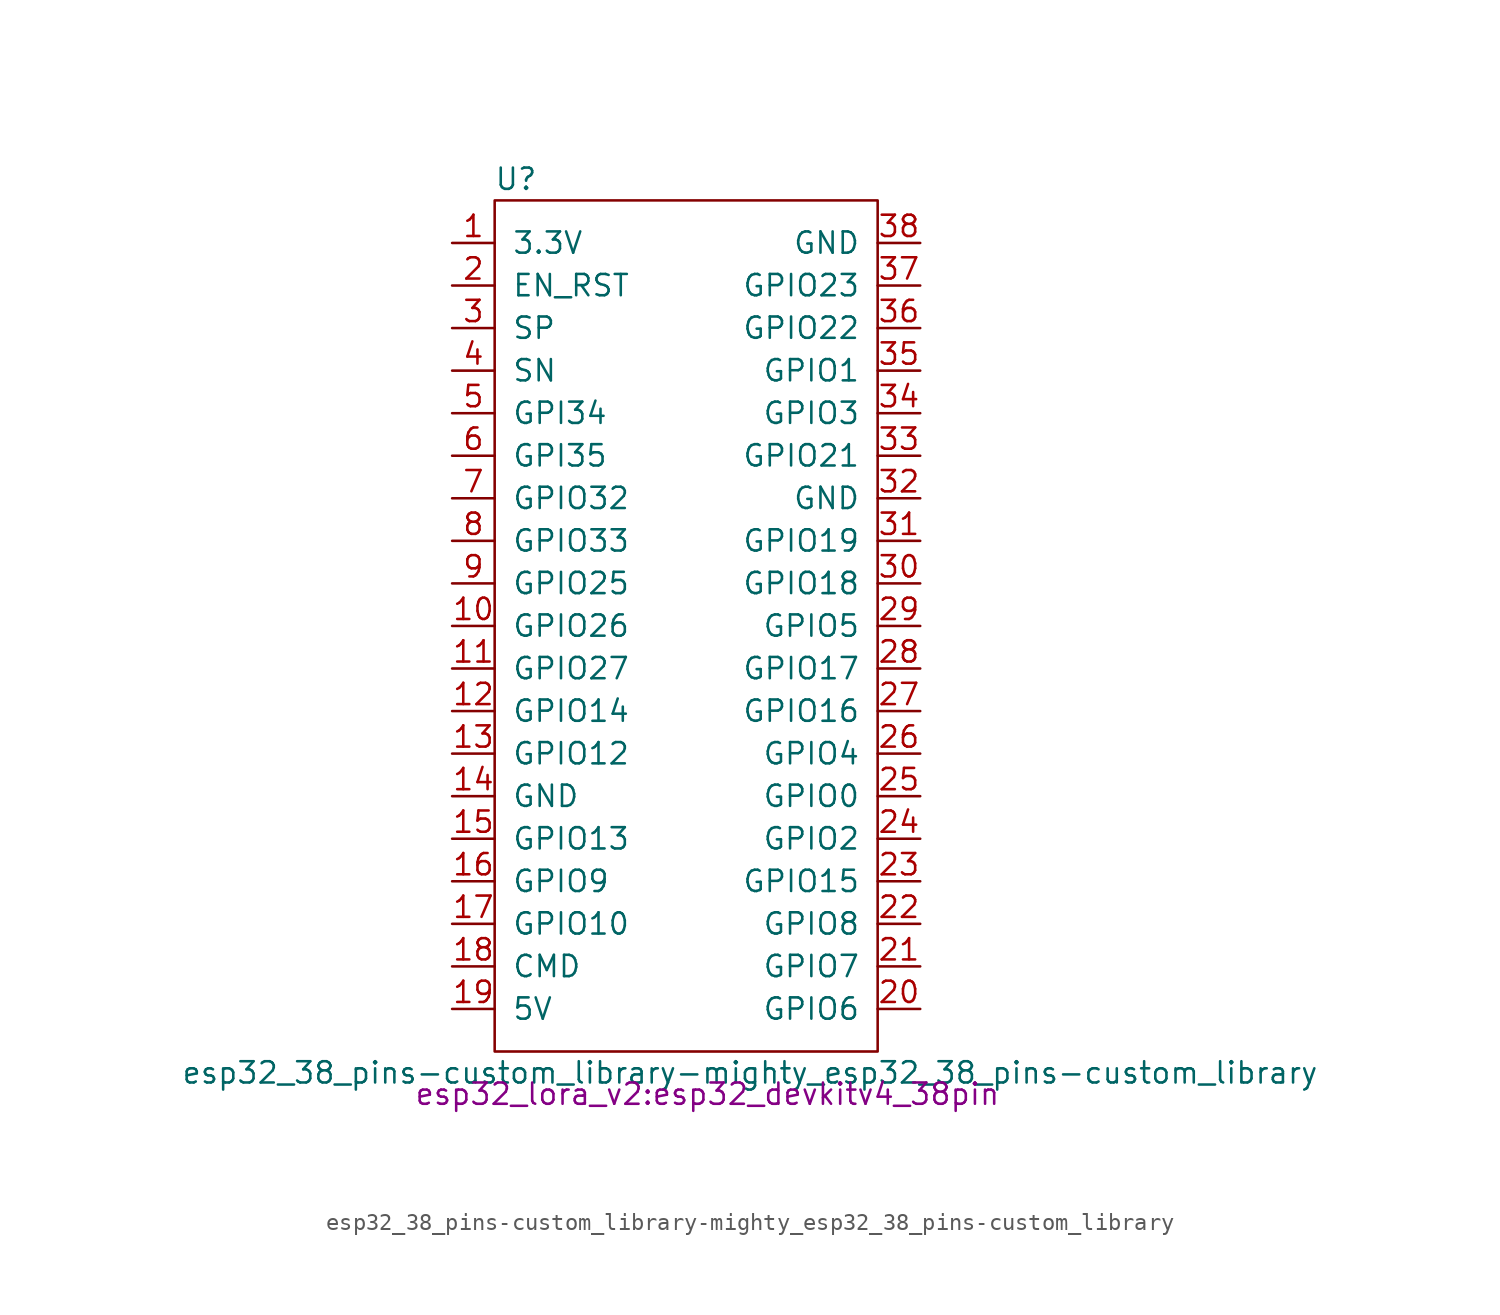
<source format=kicad_sym>
(kicad_symbol_lib
  (version 20211014)
  (generator kicad_symbol_editor)
  (symbol "esp32_38_pins-custom_library-mighty_esp32_38_pins-custom_library"
    (pin_names
      (offset 1.016))
    (property "Reference" "U"
      (at -1.27 8.89 0)
      (effects (font (size 1.27 1.27))))
    (property "Value" "esp32_38_pins-custom_library-mighty_esp32_38_pins-custom_library"
      (at 12.7 -44.45 0)
      (effects (font (size 1.27 1.27))))
    (property "Footprint" "esp32_lora_v2:esp32_devkitv4_38pin"
      (at 10.16 -45.72 0)
      (effects (font (size 1.27 1.27))))
    (property "Datasheet" ""
      (at 0 0 0)
      (effects (font (size 1.27 1.27))))
    (symbol "esp32_38_pins-custom_library-mighty_esp32_38_pins-custom_library_0_1"
      (rectangle (start -2.54 7.62) (end 20.32 -43.18) (stroke (width 0) (type default) (color 0 0 0 0)) (fill (type none))))
    (symbol "esp32_38_pins-custom_library-mighty_esp32_38_pins-custom_library_1_1"
      (pin power_out line (at -5.08 5.08 0) (length 2.54) (name "3.3V" (effects (font (size 1.27 1.27)))) (number "1" (effects (font (size 1.27 1.27)))))
      (pin bidirectional line (at -5.08 -17.78 0) (length 2.54) (name "GPIO26" (effects (font (size 1.27 1.27)))) (number "10" (effects (font (size 1.27 1.27)))))
      (pin bidirectional line (at -5.08 -20.32 0) (length 2.54) (name "GPIO27" (effects (font (size 1.27 1.27)))) (number "11" (effects (font (size 1.27 1.27)))))
      (pin bidirectional line (at -5.08 -22.86 0) (length 2.54) (name "GPIO14" (effects (font (size 1.27 1.27)))) (number "12" (effects (font (size 1.27 1.27)))))
      (pin bidirectional line (at -5.08 -25.4 0) (length 2.54) (name "GPIO12" (effects (font (size 1.27 1.27)))) (number "13" (effects (font (size 1.27 1.27)))))
      (pin power_in line (at -5.08 -27.94 0) (length 2.54) (name "GND" (effects (font (size 1.27 1.27)))) (number "14" (effects (font (size 1.27 1.27)))))
      (pin bidirectional line (at -5.08 -30.48 0) (length 2.54) (name "GPIO13" (effects (font (size 1.27 1.27)))) (number "15" (effects (font (size 1.27 1.27)))))
      (pin bidirectional line (at -5.08 -33.02 0) (length 2.54) (name "GPIO9" (effects (font (size 1.27 1.27)))) (number "16" (effects (font (size 1.27 1.27)))))
      (pin bidirectional line (at -5.08 -35.56 0) (length 2.54) (name "GPIO10" (effects (font (size 1.27 1.27)))) (number "17" (effects (font (size 1.27 1.27)))))
      (pin input line (at -5.08 -38.1 0) (length 2.54) (name "CMD" (effects (font (size 1.27 1.27)))) (number "18" (effects (font (size 1.27 1.27)))))
      (pin power_in line (at -5.08 -40.64 0) (length 2.54) (name "5V" (effects (font (size 1.27 1.27)))) (number "19" (effects (font (size 1.27 1.27)))))
      (pin input line (at -5.08 2.54 0) (length 2.54) (name "EN_RST" (effects (font (size 1.27 1.27)))) (number "2" (effects (font (size 1.27 1.27)))))
      (pin bidirectional line (at 22.86 -40.64 180) (length 2.54) (name "GPIO6" (effects (font (size 1.27 1.27)))) (number "20" (effects (font (size 1.27 1.27)))))
      (pin bidirectional line (at 22.86 -38.1 180) (length 2.54) (name "GPIO7" (effects (font (size 1.27 1.27)))) (number "21" (effects (font (size 1.27 1.27)))))
      (pin bidirectional line (at 22.86 -35.56 180) (length 2.54) (name "GPIO8" (effects (font (size 1.27 1.27)))) (number "22" (effects (font (size 1.27 1.27)))))
      (pin bidirectional line (at 22.86 -33.02 180) (length 2.54) (name "GPIO15" (effects (font (size 1.27 1.27)))) (number "23" (effects (font (size 1.27 1.27)))))
      (pin bidirectional line (at 22.86 -30.48 180) (length 2.54) (name "GPIO2" (effects (font (size 1.27 1.27)))) (number "24" (effects (font (size 1.27 1.27)))))
      (pin bidirectional line (at 22.86 -27.94 180) (length 2.54) (name "GPIO0" (effects (font (size 1.27 1.27)))) (number "25" (effects (font (size 1.27 1.27)))))
      (pin bidirectional line (at 22.86 -25.4 180) (length 2.54) (name "GPIO4" (effects (font (size 1.27 1.27)))) (number "26" (effects (font (size 1.27 1.27)))))
      (pin bidirectional line (at 22.86 -22.86 180) (length 2.54) (name "GPIO16" (effects (font (size 1.27 1.27)))) (number "27" (effects (font (size 1.27 1.27)))))
      (pin bidirectional line (at 22.86 -20.32 180) (length 2.54) (name "GPIO17" (effects (font (size 1.27 1.27)))) (number "28" (effects (font (size 1.27 1.27)))))
      (pin bidirectional line (at 22.86 -17.78 180) (length 2.54) (name "GPIO5" (effects (font (size 1.27 1.27)))) (number "29" (effects (font (size 1.27 1.27)))))
      (pin input line (at -5.08 0 0) (length 2.54) (name "SP" (effects (font (size 1.27 1.27)))) (number "3" (effects (font (size 1.27 1.27)))))
      (pin bidirectional line (at 22.86 -15.24 180) (length 2.54) (name "GPIO18" (effects (font (size 1.27 1.27)))) (number "30" (effects (font (size 1.27 1.27)))))
      (pin bidirectional line (at 22.86 -12.7 180) (length 2.54) (name "GPIO19" (effects (font (size 1.27 1.27)))) (number "31" (effects (font (size 1.27 1.27)))))
      (pin power_in line (at 22.86 -10.16 180) (length 2.54) (name "GND" (effects (font (size 1.27 1.27)))) (number "32" (effects (font (size 1.27 1.27)))))
      (pin bidirectional line (at 22.86 -7.62 180) (length 2.54) (name "GPIO21" (effects (font (size 1.27 1.27)))) (number "33" (effects (font (size 1.27 1.27)))))
      (pin bidirectional line (at 22.86 -5.08 180) (length 2.54) (name "GPIO3" (effects (font (size 1.27 1.27)))) (number "34" (effects (font (size 1.27 1.27)))))
      (pin bidirectional line (at 22.86 -2.54 180) (length 2.54) (name "GPIO1" (effects (font (size 1.27 1.27)))) (number "35" (effects (font (size 1.27 1.27)))))
      (pin bidirectional line (at 22.86 0 180) (length 2.54) (name "GPIO22" (effects (font (size 1.27 1.27)))) (number "36" (effects (font (size 1.27 1.27)))))
      (pin bidirectional line (at 22.86 2.54 180) (length 2.54) (name "GPIO23" (effects (font (size 1.27 1.27)))) (number "37" (effects (font (size 1.27 1.27)))))
      (pin passive line (at 22.86 5.08 180) (length 2.54) (name "GND" (effects (font (size 1.27 1.27)))) (number "38" (effects (font (size 1.27 1.27)))))
      (pin input line (at -5.08 -2.54 0) (length 2.54) (name "SN" (effects (font (size 1.27 1.27)))) (number "4" (effects (font (size 1.27 1.27)))))
      (pin input line (at -5.08 -5.08 0) (length 2.54) (name "GPI34" (effects (font (size 1.27 1.27)))) (number "5" (effects (font (size 1.27 1.27)))))
      (pin input line (at -5.08 -7.62 0) (length 2.54) (name "GPI35" (effects (font (size 1.27 1.27)))) (number "6" (effects (font (size 1.27 1.27)))))
      (pin bidirectional line (at -5.08 -10.16 0) (length 2.54) (name "GPIO32" (effects (font (size 1.27 1.27)))) (number "7" (effects (font (size 1.27 1.27)))))
      (pin bidirectional line (at -5.08 -12.7 0) (length 2.54) (name "GPIO33" (effects (font (size 1.27 1.27)))) (number "8" (effects (font (size 1.27 1.27)))))
      (pin bidirectional line (at -5.08 -15.24 0) (length 2.54) (name "GPIO25" (effects (font (size 1.27 1.27)))) (number "9" (effects (font (size 1.27 1.27))))))))
</source>
